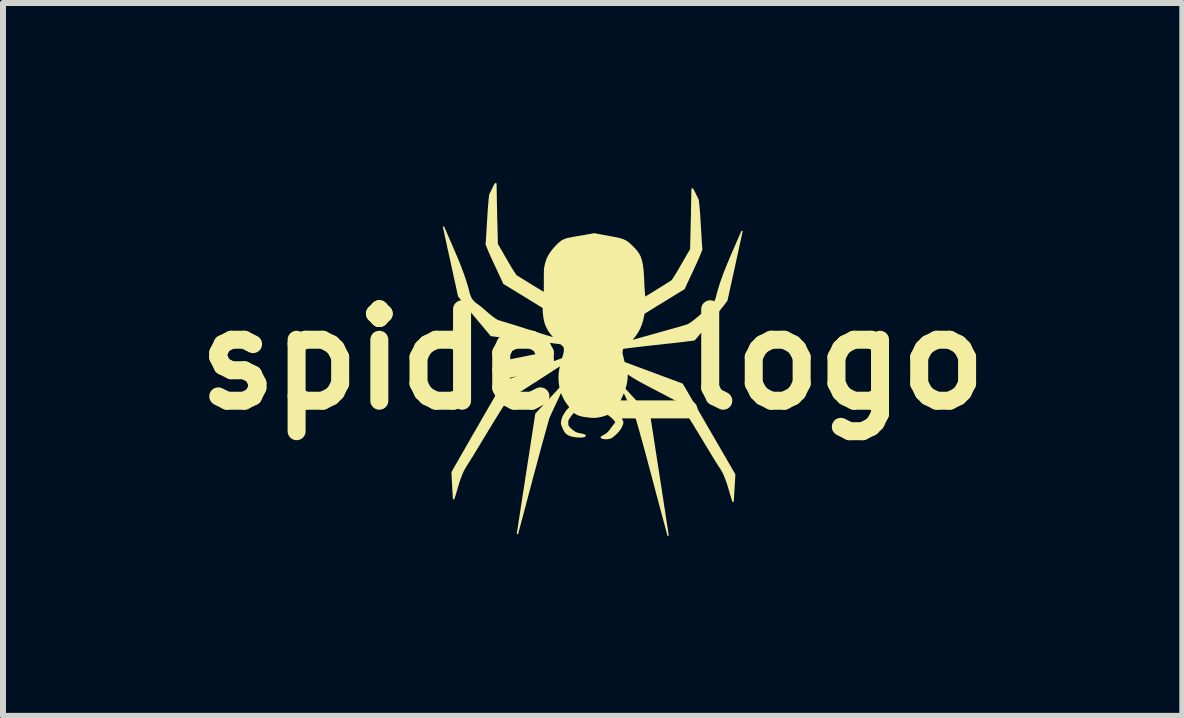
<source format=kicad_pcb>
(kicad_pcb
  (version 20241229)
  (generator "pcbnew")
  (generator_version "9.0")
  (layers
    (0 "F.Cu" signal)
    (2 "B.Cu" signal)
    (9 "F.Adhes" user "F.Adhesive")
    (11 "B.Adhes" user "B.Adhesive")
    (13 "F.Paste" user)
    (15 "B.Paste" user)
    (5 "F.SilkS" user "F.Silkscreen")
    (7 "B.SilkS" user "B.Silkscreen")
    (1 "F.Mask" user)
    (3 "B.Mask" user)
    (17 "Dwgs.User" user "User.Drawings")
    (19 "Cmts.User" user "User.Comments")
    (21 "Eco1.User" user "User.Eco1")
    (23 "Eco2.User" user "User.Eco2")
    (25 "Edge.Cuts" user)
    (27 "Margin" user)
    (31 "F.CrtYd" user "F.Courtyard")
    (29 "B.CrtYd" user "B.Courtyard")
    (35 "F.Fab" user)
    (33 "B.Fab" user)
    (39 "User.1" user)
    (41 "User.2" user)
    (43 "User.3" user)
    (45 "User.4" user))
  (footprint "spider_logo"
    (layer "F.Cu")
    (at 6.829 2.94)
    (property "Reference" "spider_logo" (at 0 0 0) (layer "F.SilkS") (effects (font (size 1.524 1.524) (thickness 0.3))))
    (attr board_only exclude_from_pos_files exclude_from_bom)
    (fp_poly (pts (xy -1.613 -2.939) (xy -1.605 -2.935) (xy -1.603 -2.929) (xy -1.602 -2.925) (xy -1.602 -2.914) (xy -1.601 -2.897) (xy -1.601 -2.876) (xy -1.6 -2.849) (xy -1.6 -2.819) (xy -1.599 -2.785) (xy -1.598 -2.749) (xy -1.598 -2.711) (xy -1.597 -2.689) (xy -1.597 -2.645) (xy -1.596 -2.6) (xy -1.595 -2.554) (xy -1.594 -2.509) (xy -1.593 -2.465) (xy -1.592 -2.424) (xy -1.592 -2.387) (xy -1.591 -2.355) (xy -1.59 -2.329) (xy -1.589 -2.294) (xy -1.588 -2.255) (xy -1.587 -2.212) (xy -1.586 -2.168) (xy -1.585 -2.125) (xy -1.584 -2.085) (xy -1.583 -2.063) (xy -1.58 -1.923) (xy -1.561 -1.892) (xy -1.555 -1.882) (xy -1.547 -1.867) (xy -1.535 -1.848) (xy -1.522 -1.825) (xy -1.508 -1.8) (xy -1.492 -1.773) (xy -1.477 -1.746) (xy -1.474 -1.74) (xy -1.446 -1.693) (xy -1.422 -1.651) (xy -1.401 -1.614) (xy -1.381 -1.581) (xy -1.364 -1.552) (xy -1.348 -1.525) (xy -1.333 -1.501) (xy -1.319 -1.479) (xy -1.306 -1.458) (xy -1.303 -1.454) (xy -1.27 -1.404) (xy -1.044 -1.264) (xy -1.008 -1.242) (xy -0.974 -1.221) (xy -0.942 -1.202) (xy -0.913 -1.184) (xy -0.886 -1.168) (xy -0.863 -1.154) (xy -0.845 -1.143) (xy -0.83 -1.134) (xy -0.82 -1.129) (xy -0.816 -1.126) (xy -0.816 -1.126) (xy -0.815 -1.13) (xy -0.815 -1.14) (xy -0.815 -1.155) (xy -0.815 -1.176) (xy -0.814 -1.201) (xy -0.814 -1.229) (xy -0.814 -1.26) (xy -0.814 -1.294) (xy -0.814 -1.312) (xy -0.814 -1.353) (xy -0.814 -1.388) (xy -0.814 -1.418) (xy -0.813 -1.442) (xy -0.813 -1.463) (xy -0.813 -1.48) (xy -0.812 -1.494) (xy -0.811 -1.505) (xy -0.81 -1.516) (xy -0.809 -1.525) (xy -0.808 -1.534) (xy -0.795 -1.593) (xy -0.779 -1.648) (xy -0.759 -1.699) (xy -0.734 -1.746) (xy -0.704 -1.79) (xy -0.703 -1.793) (xy -0.675 -1.829) (xy -0.646 -1.863) (xy -0.617 -1.895) (xy -0.589 -1.924) (xy -0.562 -1.948) (xy -0.538 -1.968) (xy -0.525 -1.978) (xy -0.511 -1.987) (xy -0.497 -1.994) (xy -0.483 -2.001) (xy -0.468 -2.007) (xy -0.451 -2.013) (xy -0.432 -2.019) (xy -0.41 -2.025) (xy -0.384 -2.03) (xy -0.354 -2.036) (xy -0.318 -2.043) (xy -0.278 -2.05) (xy -0.239 -2.056) (xy -0.205 -2.062) (xy -0.172 -2.068) (xy -0.139 -2.073) (xy -0.108 -2.079) (xy -0.08 -2.084) (xy -0.056 -2.088) (xy -0.038 -2.092) (xy -0.035 -2.092) (xy 0.025 -2.104) (xy 0.103 -2.089) (xy 0.126 -2.085) (xy 0.155 -2.079) (xy 0.187 -2.073) (xy 0.221 -2.067) (xy 0.255 -2.061) (xy 0.287 -2.055) (xy 0.295 -2.053) (xy 0.341 -2.045) (xy 0.381 -2.037) (xy 0.416 -2.03) (xy 0.447 -2.023) (xy 0.473 -2.015) (xy 0.496 -2.008) (xy 0.517 -2.001) (xy 0.535 -1.992) (xy 0.553 -1.983) (xy 0.57 -1.973) (xy 0.58 -1.966) (xy 0.599 -1.952) (xy 0.621 -1.934) (xy 0.645 -1.912) (xy 0.67 -1.888) (xy 0.695 -1.863) (xy 0.718 -1.838) (xy 0.739 -1.813) (xy 0.756 -1.791) (xy 0.759 -1.787) (xy 0.777 -1.759) (xy 0.793 -1.729) (xy 0.807 -1.696) (xy 0.819 -1.658) (xy 0.829 -1.617) (xy 0.838 -1.571) (xy 0.845 -1.521) (xy 0.851 -1.464) (xy 0.855 -1.402) (xy 0.857 -1.368) (xy 0.859 -1.316) (xy 0.861 -1.27) (xy 0.863 -1.231) (xy 0.865 -1.196) (xy 0.867 -1.167) (xy 0.868 -1.142) (xy 0.87 -1.121) (xy 0.871 -1.103) (xy 0.873 -1.088) (xy 0.874 -1.075) (xy 0.876 -1.065) (xy 0.877 -1.059) (xy 0.879 -1.047) (xy 1.092 -1.179) (xy 1.127 -1.201) (xy 1.16 -1.221) (xy 1.191 -1.241) (xy 1.22 -1.259) (xy 1.245 -1.274) (xy 1.267 -1.288) (xy 1.285 -1.3) (xy 1.299 -1.308) (xy 1.307 -1.314) (xy 1.31 -1.316) (xy 1.317 -1.322) (xy 1.326 -1.335) (xy 1.338 -1.352) (xy 1.352 -1.375) (xy 1.369 -1.402) (xy 1.389 -1.433) (xy 1.41 -1.468) (xy 1.433 -1.507) (xy 1.457 -1.549) (xy 1.483 -1.594) (xy 1.501 -1.625) (xy 1.517 -1.653) (xy 1.534 -1.682) (xy 1.55 -1.709) (xy 1.564 -1.735) (xy 1.577 -1.757) (xy 1.588 -1.776) (xy 1.596 -1.79) (xy 1.597 -1.791) (xy 1.624 -1.835) (xy 1.626 -1.924) (xy 1.628 -2.005) (xy 1.63 -2.079) (xy 1.631 -2.147) (xy 1.633 -2.21) (xy 1.634 -2.269) (xy 1.636 -2.323) (xy 1.637 -2.373) (xy 1.638 -2.421) (xy 1.639 -2.465) (xy 1.639 -2.508) (xy 1.64 -2.549) (xy 1.641 -2.588) (xy 1.641 -2.628) (xy 1.642 -2.667) (xy 1.643 -2.707) (xy 1.643 -2.748) (xy 1.644 -2.777) (xy 1.644 -2.8) (xy 1.645 -2.818) (xy 1.646 -2.831) (xy 1.647 -2.841) (xy 1.649 -2.846) (xy 1.652 -2.85) (xy 1.656 -2.851) (xy 1.66 -2.852) (xy 1.661 -2.852) (xy 1.666 -2.85) (xy 1.672 -2.846) (xy 1.679 -2.838) (xy 1.686 -2.827) (xy 1.695 -2.81) (xy 1.706 -2.789) (xy 1.719 -2.762) (xy 1.722 -2.755) (xy 1.732 -2.734) (xy 1.742 -2.715) (xy 1.75 -2.698) (xy 1.756 -2.685) (xy 1.761 -2.677) (xy 1.762 -2.675) (xy 1.765 -2.669) (xy 1.768 -2.657) (xy 1.771 -2.64) (xy 1.774 -2.617) (xy 1.777 -2.588) (xy 1.78 -2.554) (xy 1.784 -2.513) (xy 1.788 -2.466) (xy 1.792 -2.412) (xy 1.796 -2.352) (xy 1.8 -2.286) (xy 1.804 -2.213) (xy 1.808 -2.152) (xy 1.81 -2.113) (xy 1.813 -2.074) (xy 1.815 -2.037) (xy 1.817 -2.002) (xy 1.819 -1.969) (xy 1.821 -1.94) (xy 1.823 -1.916) (xy 1.824 -1.897) (xy 1.825 -1.887) (xy 1.829 -1.828) (xy 1.804 -1.767) (xy 1.795 -1.743) (xy 1.785 -1.72) (xy 1.775 -1.696) (xy 1.764 -1.671) (xy 1.753 -1.645) (xy 1.74 -1.617) (xy 1.726 -1.586) (xy 1.71 -1.551) (xy 1.692 -1.512) (xy 1.672 -1.469) (xy 1.649 -1.42) (xy 1.642 -1.405) (xy 1.628 -1.376) (xy 1.614 -1.345) (xy 1.6 -1.316) (xy 1.587 -1.288) (xy 1.575 -1.263) (xy 1.565 -1.242) (xy 1.56 -1.229) (xy 1.534 -1.171) (xy 1.199 -0.966) (xy 0.865 -0.76) (xy 0.856 -0.714) (xy 0.839 -0.64) (xy 0.816 -0.571) (xy 0.789 -0.506) (xy 0.756 -0.445) (xy 0.717 -0.388) (xy 0.691 -0.355) (xy 0.682 -0.344) (xy 0.674 -0.335) (xy 0.669 -0.329) (xy 0.668 -0.327) (xy 0.668 -0.327) (xy 0.669 -0.327) (xy 0.67 -0.327) (xy 0.671 -0.327) (xy 0.674 -0.328) (xy 0.679 -0.329) (xy 0.685 -0.331) (xy 0.694 -0.333) (xy 0.705 -0.336) (xy 0.719 -0.34) (xy 0.736 -0.345) (xy 0.757 -0.351) (xy 0.781 -0.358) (xy 0.81 -0.366) (xy 0.843 -0.375) (xy 0.88 -0.385) (xy 0.923 -0.397) (xy 0.971 -0.411) (xy 1.025 -0.426) (xy 1.085 -0.443) (xy 1.138 -0.458) (xy 1.2 -0.475) (xy 1.257 -0.491) (xy 1.307 -0.505) (xy 1.352 -0.518) (xy 1.392 -0.529) (xy 1.427 -0.539) (xy 1.457 -0.547) (xy 1.483 -0.555) (xy 1.506 -0.562) (xy 1.525 -0.567) (xy 1.541 -0.572) (xy 1.554 -0.576) (xy 1.565 -0.58) (xy 1.574 -0.583) (xy 1.581 -0.586) (xy 1.587 -0.589) (xy 1.592 -0.591) (xy 1.597 -0.593) (xy 1.601 -0.596) (xy 1.604 -0.598) (xy 1.633 -0.616) (xy 1.666 -0.64) (xy 1.703 -0.669) (xy 1.744 -0.703) (xy 1.762 -0.718) (xy 1.801 -0.751) (xy 1.835 -0.78) (xy 1.865 -0.805) (xy 1.89 -0.825) (xy 1.91 -0.84) (xy 1.925 -0.851) (xy 1.926 -0.852) (xy 1.959 -0.876) (xy 1.986 -0.903) (xy 2.01 -0.933) (xy 2.029 -0.969) (xy 2.046 -1.009) (xy 2.058 -1.053) (xy 2.073 -1.112) (xy 2.091 -1.174) (xy 2.111 -1.239) (xy 2.134 -1.309) (xy 2.161 -1.384) (xy 2.185 -1.448) (xy 2.197 -1.478) (xy 2.208 -1.508) (xy 2.221 -1.54) (xy 2.235 -1.573) (xy 2.249 -1.609) (xy 2.266 -1.648) (xy 2.284 -1.691) (xy 2.304 -1.738) (xy 2.326 -1.789) (xy 2.351 -1.846) (xy 2.365 -1.878) (xy 2.38 -1.913) (xy 2.395 -1.948) (xy 2.409 -1.98) (xy 2.423 -2.011) (xy 2.435 -2.039) (xy 2.445 -2.063) (xy 2.454 -2.082) (xy 2.46 -2.097) (xy 2.463 -2.104) (xy 2.47 -2.121) (xy 2.476 -2.132) (xy 2.479 -2.139) (xy 2.483 -2.142) (xy 2.486 -2.143) (xy 2.49 -2.143) (xy 2.497 -2.142) (xy 2.501 -2.141) (xy 2.5 -2.137) (xy 2.498 -2.128) (xy 2.495 -2.112) (xy 2.49 -2.09) (xy 2.485 -2.064) (xy 2.478 -2.032) (xy 2.47 -1.995) (xy 2.461 -1.955) (xy 2.451 -1.91) (xy 2.441 -1.862) (xy 2.43 -1.81) (xy 2.418 -1.755) (xy 2.405 -1.698) (xy 2.392 -1.639) (xy 2.379 -1.577) (xy 2.375 -1.559) (xy 2.247 -0.979) (xy 2.217 -0.938) (xy 2.201 -0.917) (xy 2.185 -0.896) (xy 2.168 -0.874) (xy 2.15 -0.852) (xy 2.131 -0.828) (xy 2.11 -0.802) (xy 2.087 -0.774) (xy 2.061 -0.743) (xy 2.033 -0.709) (xy 2.001 -0.672) (xy 1.966 -0.63) (xy 1.928 -0.584) (xy 1.899 -0.55) (xy 1.875 -0.521) (xy 1.851 -0.493) (xy 1.827 -0.465) (xy 1.805 -0.439) (xy 1.785 -0.415) (xy 1.768 -0.394) (xy 1.754 -0.377) (xy 1.743 -0.364) (xy 1.74 -0.361) (xy 1.726 -0.344) (xy 1.715 -0.332) (xy 1.707 -0.323) (xy 1.701 -0.318) (xy 1.696 -0.315) (xy 1.692 -0.314) (xy 1.683 -0.313) (xy 1.667 -0.31) (xy 1.646 -0.308) (xy 1.62 -0.304) (xy 1.59 -0.301) (xy 1.557 -0.296) (xy 1.52 -0.292) (xy 1.481 -0.287) (xy 1.441 -0.283) (xy 1.4 -0.278) (xy 1.359 -0.273) (xy 1.318 -0.268) (xy 1.278 -0.264) (xy 1.248 -0.261) (xy 1.177 -0.253) (xy 1.113 -0.246) (xy 1.055 -0.239) (xy 1.002 -0.234) (xy 0.954 -0.228) (xy 0.911 -0.224) (xy 0.873 -0.219) (xy 0.838 -0.215) (xy 0.806 -0.212) (xy 0.778 -0.208) (xy 0.752 -0.205) (xy 0.728 -0.203) (xy 0.705 -0.2) (xy 0.684 -0.197) (xy 0.664 -0.195) (xy 0.643 -0.192) (xy 0.628 -0.191) (xy 0.6 -0.187) (xy 0.575 -0.184) (xy 0.553 -0.181) (xy 0.534 -0.178) (xy 0.52 -0.176) (xy 0.511 -0.175) (xy 0.509 -0.174) (xy 0.506 -0.168) (xy 0.503 -0.157) (xy 0.5 -0.143) (xy 0.499 -0.128) (xy 0.498 -0.114) (xy 0.498 -0.107) (xy 0.499 -0.099) (xy 0.502 -0.087) (xy 0.505 -0.071) (xy 0.509 -0.052) (xy 0.514 -0.033) (xy 0.518 -0.013) (xy 0.523 0.006) (xy 0.527 0.022) (xy 0.53 0.034) (xy 0.532 0.042) (xy 0.533 0.044) (xy 0.535 0.044) (xy 0.54 0.046) (xy 0.548 0.05) (xy 0.56 0.054) (xy 0.576 0.06) (xy 0.596 0.067) (xy 0.62 0.076) (xy 0.648 0.087) (xy 0.68 0.099) (xy 0.718 0.113) (xy 0.76 0.129) (xy 0.807 0.146) (xy 0.859 0.165) (xy 0.917 0.187) (xy 0.98 0.21) (xy 1.048 0.236) (xy 1.123 0.263) (xy 1.203 0.293) (xy 1.29 0.325) (xy 1.343 0.345) (xy 1.374 0.356) (xy 1.403 0.367) (xy 1.429 0.377) (xy 1.453 0.386) (xy 1.472 0.393) (xy 1.487 0.399) (xy 1.496 0.402) (xy 1.5 0.404) (xy 1.502 0.407) (xy 1.508 0.416) (xy 1.516 0.43) (xy 1.528 0.45) (xy 1.542 0.474) (xy 1.559 0.503) (xy 1.579 0.537) (xy 1.601 0.574) (xy 1.625 0.616) (xy 1.651 0.661) (xy 1.68 0.71) (xy 1.71 0.762) (xy 1.742 0.817) (xy 1.775 0.874) (xy 1.81 0.934) (xy 1.846 0.996) (xy 1.883 1.061) (xy 1.921 1.126) (xy 1.942 1.162) (xy 2.379 1.917) (xy 2.366 2.144) (xy 2.363 2.183) (xy 2.361 2.22) (xy 2.359 2.254) (xy 2.357 2.285) (xy 2.355 2.312) (xy 2.354 2.335) (xy 2.353 2.353) (xy 2.352 2.366) (xy 2.351 2.372) (xy 2.351 2.373) (xy 2.347 2.375) (xy 2.34 2.377) (xy 2.337 2.378) (xy 2.334 2.377) (xy 2.331 2.374) (xy 2.328 2.368) (xy 2.324 2.358) (xy 2.319 2.343) (xy 2.316 2.332) (xy 2.311 2.315) (xy 2.304 2.294) (xy 2.296 2.269) (xy 2.288 2.241) (xy 2.28 2.213) (xy 2.273 2.19) (xy 2.254 2.127) (xy 2.236 2.069) (xy 2.218 2.018) (xy 2.2 1.972) (xy 2.183 1.93) (xy 2.165 1.892) (xy 2.147 1.858) (xy 2.129 1.826) (xy 2.109 1.797) (xy 2.104 1.791) (xy 2.098 1.782) (xy 2.089 1.768) (xy 2.077 1.749) (xy 2.062 1.724) (xy 2.043 1.694) (xy 2.021 1.659) (xy 1.996 1.618) (xy 1.968 1.571) (xy 1.936 1.519) (xy 1.901 1.461) (xy 1.862 1.397) (xy 1.856 1.386) (xy 1.816 1.32) (xy 1.779 1.26) (xy 1.746 1.204) (xy 1.714 1.153) (xy 1.686 1.106) (xy 1.659 1.062) (xy 1.634 1.022) (xy 1.611 0.984) (xy 1.589 0.948) (xy 1.567 0.915) (xy 1.547 0.882) (xy 1.539 0.871) (xy 1.519 0.838) (xy 1.501 0.81) (xy 1.486 0.787) (xy 1.474 0.769) (xy 1.465 0.754) (xy 1.456 0.742) (xy 1.45 0.733) (xy 1.444 0.727) (xy 1.439 0.722) (xy 1.434 0.718) (xy 1.429 0.715) (xy 1.424 0.712) (xy 1.418 0.709) (xy 1.4 0.699) (xy 1.381 0.688) (xy 1.361 0.678) (xy 1.339 0.666) (xy 1.315 0.654) (xy 1.289 0.64) (xy 1.259 0.624) (xy 1.226 0.607) (xy 1.189 0.587) (xy 1.147 0.565) (xy 1.099 0.541) (xy 1.068 0.524) (xy 1.002 0.49) (xy 0.942 0.458) (xy 0.887 0.429) (xy 0.838 0.403) (xy 0.794 0.379) (xy 0.754 0.357) (xy 0.719 0.337) (xy 0.688 0.318) (xy 0.661 0.302) (xy 0.638 0.287) (xy 0.617 0.273) (xy 0.605 0.264) (xy 0.595 0.257) (xy 0.588 0.252) (xy 0.585 0.25) (xy 0.585 0.25) (xy 0.585 0.253) (xy 0.585 0.262) (xy 0.584 0.275) (xy 0.584 0.29) (xy 0.58 0.347) (xy 0.57 0.405) (xy 0.56 0.447) (xy 0.556 0.463) (xy 0.552 0.476) (xy 0.549 0.486) (xy 0.548 0.49) (xy 0.548 0.49) (xy 0.551 0.493) (xy 0.557 0.501) (xy 0.568 0.513) (xy 0.582 0.528) (xy 0.6 0.547) (xy 0.621 0.57) (xy 0.644 0.595) (xy 0.67 0.623) (xy 0.698 0.653) (xy 0.727 0.684) (xy 0.754 0.712) (xy 0.79 0.752) (xy 0.823 0.786) (xy 0.851 0.817) (xy 0.875 0.843) (xy 0.896 0.865) (xy 0.913 0.884) (xy 0.927 0.9) (xy 0.938 0.913) (xy 0.947 0.923) (xy 0.953 0.931) (xy 0.958 0.936) (xy 0.96 0.941) (xy 0.961 0.943) (xy 0.962 0.949) (xy 0.964 0.961) (xy 0.967 0.98) (xy 0.97 1.004) (xy 0.975 1.033) (xy 0.98 1.068) (xy 0.986 1.107) (xy 0.993 1.15) (xy 1.001 1.198) (xy 1.009 1.249) (xy 1.017 1.304) (xy 1.026 1.362) (xy 1.036 1.423) (xy 1.045 1.486) (xy 1.055 1.551) (xy 1.066 1.618) (xy 1.076 1.687) (xy 1.087 1.756) (xy 1.098 1.827) (xy 1.109 1.898) (xy 1.12 1.969) (xy 1.131 2.04) (xy 1.142 2.111) (xy 1.153 2.181) (xy 1.163 2.249) (xy 1.174 2.317) (xy 1.184 2.382) (xy 1.193 2.445) (xy 1.203 2.506) (xy 1.212 2.565) (xy 1.22 2.62) (xy 1.228 2.672) (xy 1.236 2.72) (xy 1.242 2.764) (xy 1.249 2.803) (xy 1.254 2.838) (xy 1.258 2.868) (xy 1.262 2.893) (xy 1.265 2.912) (xy 1.267 2.925) (xy 1.268 2.932) (xy 1.268 2.933) (xy 1.265 2.939) (xy 1.26 2.942) (xy 1.251 2.944) (xy 1.248 2.943) (xy 1.248 2.943) (xy 1.247 2.939) (xy 1.244 2.93) (xy 1.241 2.916) (xy 1.236 2.898) (xy 1.23 2.877) (xy 1.227 2.865) (xy 1.214 2.818) (xy 1.201 2.769) (xy 1.187 2.717) (xy 1.172 2.661) (xy 1.156 2.602) (xy 1.139 2.538) (xy 1.121 2.469) (xy 1.101 2.395) (xy 1.08 2.316) (xy 1.057 2.231) (xy 1.04 2.166) (xy 1.015 2.072) (xy 0.992 1.984) (xy 0.97 1.902) (xy 0.949 1.825) (xy 0.93 1.753) (xy 0.912 1.684) (xy 0.894 1.62) (xy 0.878 1.559) (xy 0.862 1.5) (xy 0.846 1.444) (xy 0.832 1.389) (xy 0.817 1.336) (xy 0.802 1.284) (xy 0.788 1.232) (xy 0.773 1.179) (xy 0.758 1.128) (xy 0.722 0.999) (xy 0.623 0.787) (xy 0.606 0.751) (xy 0.59 0.717) (xy 0.575 0.685) (xy 0.562 0.656) (xy 0.55 0.63) (xy 0.54 0.609) (xy 0.531 0.591) (xy 0.526 0.579) (xy 0.522 0.571) (xy 0.521 0.57) (xy 0.519 0.571) (xy 0.515 0.578) (xy 0.509 0.589) (xy 0.504 0.601) (xy 0.482 0.651) (xy 0.461 0.695) (xy 0.441 0.734) (xy 0.422 0.766) (xy 0.403 0.795) (xy 0.385 0.818) (xy 0.383 0.82) (xy 0.366 0.84) (xy 0.402 0.878) (xy 0.437 0.915) (xy 0.465 0.951) (xy 0.486 0.984) (xy 0.502 1.016) (xy 0.509 1.036) (xy 0.512 1.047) (xy 0.513 1.055) (xy 0.512 1.062) (xy 0.509 1.073) (xy 0.507 1.081) (xy 0.492 1.119) (xy 0.471 1.158) (xy 0.444 1.196) (xy 0.429 1.214) (xy 0.416 1.229) (xy 0.399 1.245) (xy 0.382 1.261) (xy 0.364 1.277) (xy 0.346 1.291) (xy 0.331 1.303) (xy 0.319 1.312) (xy 0.314 1.314) (xy 0.284 1.325) (xy 0.25 1.331) (xy 0.213 1.332) (xy 0.211 1.332) (xy 0.182 1.329) (xy 0.16 1.324) (xy 0.144 1.317) (xy 0.137 1.311) (xy 0.132 1.303) (xy 0.131 1.296) (xy 0.135 1.289) (xy 0.144 1.282) (xy 0.16 1.273) (xy 0.165 1.27) (xy 0.195 1.253) (xy 0.219 1.238) (xy 0.241 1.22) (xy 0.26 1.201) (xy 0.28 1.177) (xy 0.289 1.165) (xy 0.298 1.153) (xy 0.309 1.138) (xy 0.323 1.12) (xy 0.336 1.102) (xy 0.342 1.095) (xy 0.376 1.05) (xy 0.37 1.037) (xy 0.362 1.025) (xy 0.349 1.011) (xy 0.333 0.994) (xy 0.315 0.977) (xy 0.296 0.96) (xy 0.282 0.949) (xy 0.269 0.939) (xy 0.259 0.932) (xy 0.252 0.928) (xy 0.247 0.927) (xy 0.243 0.927) (xy 0.239 0.929) (xy 0.195 0.945) (xy 0.15 0.958) (xy 0.104 0.967) (xy 0.059 0.974) (xy 0.017 0.976) (xy -0.013 0.975) (xy -0.068 0.97) (xy -0.116 0.964) (xy -0.159 0.957) (xy -0.196 0.949) (xy -0.228 0.939) (xy -0.256 0.928) (xy -0.28 0.915) (xy -0.287 0.911) (xy -0.312 0.894) (xy -0.325 0.905) (xy -0.334 0.915) (xy -0.346 0.93) (xy -0.359 0.947) (xy -0.372 0.965) (xy -0.384 0.982) (xy -0.393 0.997) (xy -0.397 1.004) (xy -0.401 1.013) (xy -0.404 1.022) (xy -0.405 1.032) (xy -0.406 1.044) (xy -0.406 1.059) (xy -0.406 1.076) (xy -0.405 1.087) (xy -0.404 1.095) (xy -0.402 1.102) (xy -0.397 1.109) (xy -0.396 1.111) (xy -0.384 1.126) (xy -0.368 1.144) (xy -0.348 1.162) (xy -0.327 1.179) (xy -0.306 1.195) (xy -0.286 1.208) (xy -0.273 1.215) (xy -0.262 1.219) (xy -0.247 1.223) (xy -0.229 1.228) (xy -0.216 1.23) (xy -0.187 1.236) (xy -0.164 1.241) (xy -0.146 1.246) (xy -0.133 1.251) (xy -0.124 1.255) (xy -0.119 1.261) (xy -0.117 1.267) (xy -0.117 1.271) (xy -0.119 1.282) (xy -0.126 1.29) (xy -0.138 1.296) (xy -0.156 1.3) (xy -0.18 1.303) (xy -0.21 1.303) (xy -0.211 1.303) (xy -0.256 1.302) (xy -0.298 1.297) (xy -0.336 1.291) (xy -0.366 1.282) (xy -0.395 1.271) (xy -0.42 1.258) (xy -0.442 1.242) (xy -0.46 1.223) (xy -0.477 1.2) (xy -0.492 1.171) (xy -0.507 1.137) (xy -0.509 1.133) (xy -0.516 1.114) (xy -0.522 1.099) (xy -0.525 1.088) (xy -0.527 1.078) (xy -0.528 1.068) (xy -0.528 1.057) (xy -0.528 1.057) (xy -0.525 1.025) (xy -0.517 0.991) (xy -0.504 0.955) (xy -0.486 0.919) (xy -0.464 0.884) (xy -0.439 0.85) (xy -0.417 0.824) (xy -0.406 0.813) (xy -0.398 0.804) (xy -0.392 0.797) (xy -0.391 0.795) (xy -0.393 0.792) (xy -0.398 0.785) (xy -0.407 0.774) (xy -0.414 0.766) (xy -0.449 0.719) (xy -0.48 0.667) (xy -0.507 0.611) (xy -0.516 0.59) (xy -0.521 0.578) (xy -0.525 0.569) (xy -0.528 0.564) (xy -0.529 0.564) (xy -0.53 0.568) (xy -0.535 0.577) (xy -0.542 0.591) (xy -0.55 0.61) (xy -0.561 0.634) (xy -0.574 0.66) (xy -0.588 0.69) (xy -0.603 0.722) (xy -0.619 0.757) (xy -0.625 0.769) (xy -0.719 0.972) (xy -0.759 1.112) (xy -0.774 1.168) (xy -0.79 1.223) (xy -0.805 1.278) (xy -0.82 1.332) (xy -0.835 1.387) (xy -0.851 1.444) (xy -0.867 1.502) (xy -0.883 1.563) (xy -0.9 1.626) (xy -0.918 1.693) (xy -0.937 1.764) (xy -0.957 1.839) (xy -0.979 1.92) (xy -1.002 2.006) (xy -1.021 2.08) (xy -1.044 2.165) (xy -1.065 2.243) (xy -1.084 2.316) (xy -1.102 2.383) (xy -1.118 2.444) (xy -1.133 2.501) (xy -1.147 2.554) (xy -1.16 2.603) (xy -1.172 2.648) (xy -1.184 2.69) (xy -1.194 2.73) (xy -1.204 2.766) (xy -1.212 2.794) (xy -1.219 2.822) (xy -1.226 2.847) (xy -1.232 2.869) (xy -1.237 2.888) (xy -1.241 2.902) (xy -1.243 2.911) (xy -1.244 2.914) (xy -1.247 2.915) (xy -1.254 2.914) (xy -1.254 2.914) (xy -1.262 2.911) (xy -1.265 2.906) (xy -1.265 2.906) (xy -1.264 2.902) (xy -1.263 2.891) (xy -1.26 2.875) (xy -1.257 2.852) (xy -1.252 2.824) (xy -1.247 2.79) (xy -1.241 2.751) (xy -1.235 2.707) (xy -1.227 2.658) (xy -1.219 2.606) (xy -1.21 2.549) (xy -1.201 2.488) (xy -1.191 2.423) (xy -1.18 2.356) (xy -1.17 2.285) (xy -1.158 2.211) (xy -1.146 2.135) (xy -1.134 2.057) (xy -1.122 1.977) (xy -1.11 1.901) (xy -0.956 0.903) (xy -0.943 0.889) (xy -0.938 0.885) (xy -0.93 0.876) (xy -0.917 0.862) (xy -0.901 0.845) (xy -0.882 0.824) (xy -0.86 0.801) (xy -0.835 0.775) (xy -0.809 0.746) (xy -0.781 0.716) (xy -0.751 0.685) (xy -0.74 0.674) (xy -0.705 0.636) (xy -0.674 0.602) (xy -0.647 0.573) (xy -0.624 0.548) (xy -0.605 0.528) (xy -0.589 0.51) (xy -0.577 0.496) (xy -0.567 0.485) (xy -0.56 0.476) (xy -0.556 0.47) (xy -0.554 0.466) (xy -0.553 0.464) (xy -0.559 0.436) (xy -0.564 0.403) (xy -0.567 0.367) (xy -0.569 0.329) (xy -0.57 0.293) (xy -0.569 0.259) (xy -0.569 0.255) (xy -0.567 0.235) (xy -0.564 0.212) (xy -0.561 0.19) (xy -0.557 0.167) (xy -0.553 0.148) (xy -0.55 0.132) (xy -0.546 0.122) (xy -0.545 0.117) (xy -0.547 0.117) (xy -0.552 0.12) (xy -0.556 0.123) (xy -0.565 0.129) (xy -0.579 0.138) (xy -0.599 0.15) (xy -0.622 0.166) (xy -0.65 0.183) (xy -0.681 0.204) (xy -0.716 0.226) (xy -0.754 0.251) (xy -0.795 0.277) (xy -0.838 0.305) (xy -0.884 0.334) (xy -0.931 0.365) (xy -0.977 0.394) (xy -1.026 0.426) (xy -1.073 0.456) (xy -1.119 0.485) (xy -1.162 0.514) (xy -1.203 0.54) (xy -1.241 0.565) (xy -1.277 0.587) (xy -1.308 0.608) (xy -1.336 0.626) (xy -1.36 0.641) (xy -1.379 0.654) (xy -1.394 0.663) (xy -1.404 0.67) (xy -1.407 0.672) (xy -1.412 0.675) (xy -1.416 0.68) (xy -1.422 0.686) (xy -1.428 0.694) (xy -1.436 0.704) (xy -1.445 0.717) (xy -1.456 0.734) (xy -1.47 0.755) (xy -1.486 0.78) (xy -1.505 0.81) (xy -1.527 0.845) (xy -1.528 0.847) (xy -1.55 0.881) (xy -1.572 0.917) (xy -1.595 0.954) (xy -1.62 0.994) (xy -1.646 1.036) (xy -1.674 1.082) (xy -1.704 1.132) (xy -1.737 1.185) (xy -1.772 1.244) (xy -1.811 1.308) (xy -1.821 1.325) (xy -1.859 1.387) (xy -1.894 1.445) (xy -1.925 1.496) (xy -1.953 1.543) (xy -1.979 1.585) (xy -2.001 1.622) (xy -2.022 1.654) (xy -2.039 1.683) (xy -2.055 1.707) (xy -2.068 1.728) (xy -2.079 1.746) (xy -2.088 1.759) (xy -2.122 1.814) (xy -2.154 1.875) (xy -2.183 1.943) (xy -2.209 2.014) (xy -2.213 2.027) (xy -2.219 2.045) (xy -2.226 2.067) (xy -2.233 2.093) (xy -2.242 2.12) (xy -2.25 2.148) (xy -2.252 2.156) (xy -2.26 2.183) (xy -2.269 2.211) (xy -2.276 2.237) (xy -2.283 2.26) (xy -2.289 2.28) (xy -2.294 2.294) (xy -2.295 2.297) (xy -2.3 2.313) (xy -2.304 2.324) (xy -2.307 2.33) (xy -2.311 2.333) (xy -2.314 2.334) (xy -2.317 2.334) (xy -2.325 2.333) (xy -2.329 2.33) (xy -2.329 2.325) (xy -2.33 2.315) (xy -2.331 2.299) (xy -2.333 2.278) (xy -2.334 2.253) (xy -2.336 2.225) (xy -2.338 2.195) (xy -2.34 2.162) (xy -2.341 2.128) (xy -2.343 2.094) (xy -2.345 2.06) (xy -2.347 2.027) (xy -2.349 1.996) (xy -2.35 1.966) (xy -2.352 1.94) (xy -2.353 1.918) (xy -2.353 1.9) (xy -2.354 1.888) (xy -2.354 1.881) (xy -2.354 1.88) (xy -2.352 1.876) (xy -2.347 1.867) (xy -2.339 1.853) (xy -2.328 1.833) (xy -2.314 1.809) (xy -2.298 1.78) (xy -2.279 1.747) (xy -2.258 1.711) (xy -2.235 1.671) (xy -2.211 1.627) (xy -2.184 1.581) (xy -2.156 1.533) (xy -2.127 1.482) (xy -2.097 1.429) (xy -2.065 1.374) (xy -2.033 1.318) (xy -2.001 1.261) (xy -1.967 1.204) (xy -1.934 1.146) (xy -1.9 1.088) (xy -1.867 1.029) (xy -1.834 0.972) (xy -1.801 0.915) (xy -1.769 0.86) (xy -1.738 0.805) (xy -1.707 0.753) (xy -1.678 0.703) (xy -1.65 0.654) (xy -1.624 0.609) (xy -1.599 0.566) (xy -1.576 0.527) (xy -1.555 0.491) (xy -1.537 0.459) (xy -1.521 0.432) (xy -1.507 0.408) (xy -1.496 0.39) (xy -1.488 0.377) (xy -1.483 0.368) (xy -1.482 0.366) (xy -1.476 0.362) (xy -1.466 0.357) (xy -1.456 0.353) (xy -1.435 0.345) (xy -1.408 0.335) (xy -1.376 0.323) (xy -1.338 0.308) (xy -1.296 0.291) (xy -1.249 0.273) (xy -1.197 0.252) (xy -1.141 0.23) (xy -1.082 0.206) (xy -1.02 0.181) (xy -1.001 0.173) (xy -0.935 0.146) (xy -0.875 0.122) (xy -0.82 0.1) (xy -0.77 0.08) (xy -0.723 0.061) (xy -0.68 0.044) (xy -0.639 0.028) (xy -0.601 0.013) (xy -0.564 -0.001) (xy -0.544 -0.008) (xy -0.511 -0.021) (xy -0.501 -0.053) (xy -0.49 -0.09) (xy -0.483 -0.124) (xy -0.48 -0.153) (xy -0.48 -0.16) (xy -0.481 -0.179) (xy -0.483 -0.194) (xy -0.489 -0.206) (xy -0.499 -0.218) (xy -0.513 -0.231) (xy -0.513 -0.231) (xy -0.524 -0.241) (xy -0.534 -0.248) (xy -0.541 -0.253) (xy -0.543 -0.254) (xy -0.547 -0.254) (xy -0.557 -0.255) (xy -0.572 -0.257) (xy -0.592 -0.259) (xy -0.615 -0.262) (xy -0.641 -0.265) (xy -0.655 -0.267) (xy -0.686 -0.271) (xy -0.715 -0.275) (xy -0.744 -0.278) (xy -0.772 -0.282) (xy -0.802 -0.285) (xy -0.833 -0.289) (xy -0.866 -0.292) (xy -0.901 -0.296) (xy -0.941 -0.301) (xy -0.985 -0.305) (xy -1.033 -0.311) (xy -1.088 -0.316) (xy -1.11 -0.319) (xy -1.182 -0.326) (xy -1.247 -0.333) (xy -1.307 -0.34) (xy -1.361 -0.346) (xy -1.41 -0.351) (xy -1.455 -0.357) (xy -1.496 -0.361) (xy -1.534 -0.366) (xy -1.569 -0.37) (xy -1.601 -0.374) (xy -1.632 -0.378) (xy -1.646 -0.38) (xy -1.664 -0.383) (xy -1.68 -0.385) (xy -1.691 -0.386) (xy -1.697 -0.387) (xy -1.698 -0.387) (xy -1.701 -0.39) (xy -1.707 -0.397) (xy -1.716 -0.408) (xy -1.727 -0.422) (xy -1.741 -0.438) (xy -1.747 -0.445) (xy -1.758 -0.458) (xy -1.773 -0.476) (xy -1.791 -0.498) (xy -1.812 -0.523) (xy -1.835 -0.551) (xy -1.86 -0.58) (xy -1.885 -0.61) (xy -1.91 -0.64) (xy -1.923 -0.655) (xy -1.964 -0.704) (xy -2.001 -0.748) (xy -2.035 -0.788) (xy -2.065 -0.824) (xy -2.092 -0.857) (xy -2.117 -0.888) (xy -2.139 -0.916) (xy -2.16 -0.942) (xy -2.18 -0.967) (xy -2.198 -0.99) (xy -2.201 -0.994) (xy -2.244 -1.05) (xy -2.371 -1.631) (xy -2.385 -1.693) (xy -2.398 -1.753) (xy -2.411 -1.811) (xy -2.423 -1.866) (xy -2.434 -1.918) (xy -2.445 -1.968) (xy -2.455 -2.014) (xy -2.464 -2.056) (xy -2.472 -2.093) (xy -2.479 -2.127) (xy -2.485 -2.155) (xy -2.49 -2.178) (xy -2.494 -2.196) (xy -2.496 -2.207) (xy -2.497 -2.213) (xy -2.497 -2.213) (xy -2.493 -2.214) (xy -2.486 -2.215) (xy -2.482 -2.215) (xy -2.479 -2.213) (xy -2.475 -2.209) (xy -2.471 -2.202) (xy -2.466 -2.19) (xy -2.46 -2.176) (xy -2.455 -2.166) (xy -2.448 -2.15) (xy -2.439 -2.129) (xy -2.428 -2.104) (xy -2.416 -2.075) (xy -2.402 -2.044) (xy -2.388 -2.011) (xy -2.373 -1.976) (xy -2.361 -1.95) (xy -2.345 -1.913) (xy -2.329 -1.876) (xy -2.313 -1.839) (xy -2.297 -1.802) (xy -2.283 -1.769) (xy -2.27 -1.738) (xy -2.258 -1.711) (xy -2.249 -1.689) (xy -2.245 -1.68) (xy -2.208 -1.588) (xy -2.174 -1.499) (xy -2.142 -1.413) (xy -2.114 -1.332) (xy -2.09 -1.254) (xy -2.069 -1.182) (xy -2.055 -1.126) (xy -2.048 -1.099) (xy -2.041 -1.077) (xy -2.034 -1.058) (xy -2.027 -1.04) (xy -2.017 -1.022) (xy -2.014 -1.016) (xy -2 -0.996) (xy -1.982 -0.975) (xy -1.962 -0.955) (xy -1.941 -0.937) (xy -1.924 -0.925) (xy -1.909 -0.914) (xy -1.892 -0.902) (xy -1.873 -0.887) (xy -1.851 -0.87) (xy -1.826 -0.849) (xy -1.797 -0.824) (xy -1.795 -0.822) (xy -1.755 -0.787) (xy -1.72 -0.757) (xy -1.688 -0.732) (xy -1.66 -0.71) (xy -1.636 -0.692) (xy -1.614 -0.677) (xy -1.594 -0.665) (xy -1.576 -0.656) (xy -1.56 -0.65) (xy -1.549 -0.646) (xy -1.54 -0.644) (xy -1.526 -0.64) (xy -1.507 -0.634) (xy -1.485 -0.627) (xy -1.46 -0.62) (xy -1.433 -0.612) (xy -1.421 -0.608) (xy -1.401 -0.602) (xy -1.383 -0.597) (xy -1.365 -0.591) (xy -1.346 -0.585) (xy -1.327 -0.58) (xy -1.307 -0.573) (xy -1.285 -0.566) (xy -1.261 -0.559) (xy -1.234 -0.55) (xy -1.204 -0.541) (xy -1.169 -0.53) (xy -1.131 -0.517) (xy -1.087 -0.503) (xy -1.038 -0.488) (xy -0.983 -0.47) (xy -0.983 -0.47) (xy -0.943 -0.457) (xy -0.901 -0.444) (xy -0.859 -0.431) (xy -0.817 -0.418) (xy -0.776 -0.405) (xy -0.739 -0.394) (xy -0.706 -0.384) (xy -0.679 -0.376) (xy -0.662 -0.371) (xy -0.688 -0.402) (xy -0.724 -0.448) (xy -0.754 -0.496) (xy -0.779 -0.545) (xy -0.799 -0.597) (xy -0.814 -0.653) (xy -0.824 -0.713) (xy -0.831 -0.777) (xy -0.832 -0.801) (xy -0.834 -0.856) (xy -1.162 -1.058) (xy -1.491 -1.259) (xy -1.505 -1.292) (xy -1.512 -1.309) (xy -1.523 -1.332) (xy -1.536 -1.361) (xy -1.552 -1.395) (xy -1.571 -1.435) (xy -1.591 -1.479) (xy -1.615 -1.529) (xy -1.634 -1.57) (xy -1.66 -1.625) (xy -1.683 -1.675) (xy -1.704 -1.721) (xy -1.722 -1.762) (xy -1.739 -1.801) (xy -1.754 -1.838) (xy -1.76 -1.853) (xy -1.786 -1.916) (xy -1.782 -1.955) (xy -1.781 -1.965) (xy -1.78 -1.982) (xy -1.779 -2.004) (xy -1.777 -2.03) (xy -1.775 -2.06) (xy -1.773 -2.094) (xy -1.771 -2.13) (xy -1.769 -2.167) (xy -1.767 -2.199) (xy -1.763 -2.258) (xy -1.76 -2.311) (xy -1.757 -2.358) (xy -1.755 -2.4) (xy -1.752 -2.438) (xy -1.75 -2.473) (xy -1.748 -2.504) (xy -1.746 -2.533) (xy -1.744 -2.56) (xy -1.741 -2.587) (xy -1.739 -2.612) (xy -1.737 -2.63) (xy -1.735 -2.662) (xy -1.732 -2.688) (xy -1.73 -2.709) (xy -1.728 -2.725) (xy -1.726 -2.738) (xy -1.724 -2.747) (xy -1.722 -2.754) (xy -1.72 -2.76) (xy -1.717 -2.766) (xy -1.714 -2.771) (xy -1.71 -2.779) (xy -1.703 -2.793) (xy -1.694 -2.81) (xy -1.685 -2.829) (xy -1.675 -2.85) (xy -1.674 -2.852) (xy -1.661 -2.88) (xy -1.65 -2.901) (xy -1.641 -2.917) (xy -1.633 -2.929) (xy -1.626 -2.936) (xy -1.62 -2.939) (xy -1.614 -2.94)) (stroke (width 0) (type solid)) (fill yes) (layer "F.SilkS")))
  (gr_rect
    (start -3 -3)
    (end 16.658 8.883)
    (stroke (width 0.1) (type default))
    (fill no)
    (layer "Edge.Cuts")))
</source>
